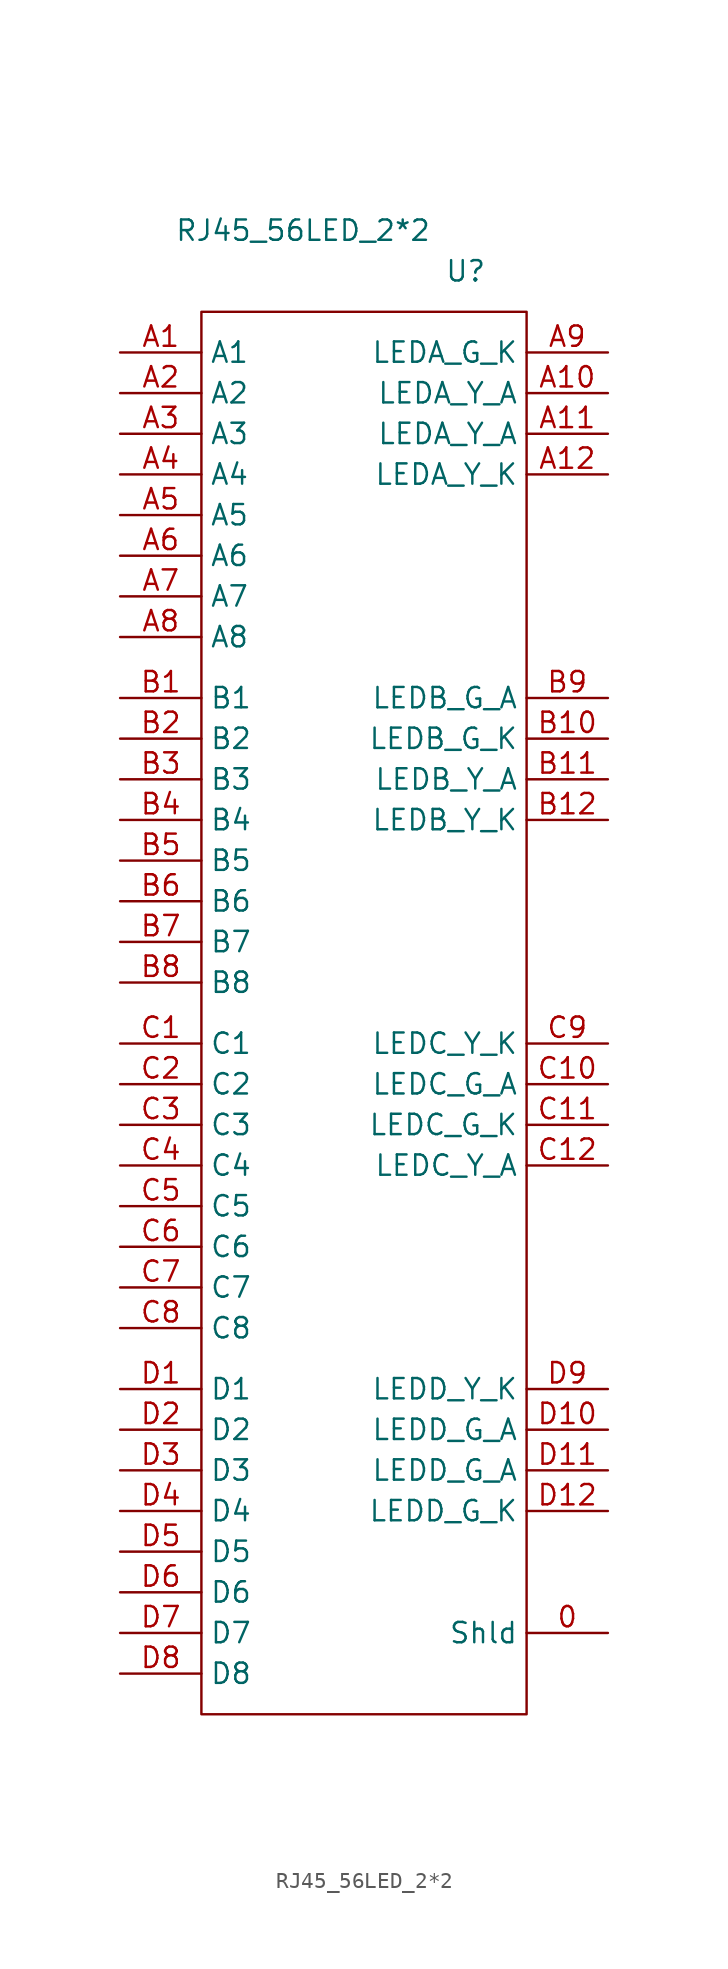
<source format=kicad_sym>
(kicad_symbol_lib
  (version 20211014)
  (generator kicad_symbol_editor)
  (symbol "RJ45_56LED_2*2"
    (property "Reference" "U"
      (at 8.89 2.54 0)
      (effects (font (size 1.27 1.27))))
    (property "Value" "RJ45_56LED_2*2"
      (at -1.27 5.08 0)
      (effects (font (size 1.27 1.27))))
    (symbol "RJ45_56LED_2*2_0_1"
      (rectangle (start -7.62 0) (end 12.7 -87.63) (stroke (width 0.152) (type default) (color 0 0 0 0)) (fill (type none))))
    (symbol "RJ45_56LED_2*2_1_1"
      (pin bidirectional line (at 17.78 -82.55 180) (length 5.08) (name "Shld" (effects (font (size 1.27 1.27)))) (number "0" (effects (font (size 1.27 1.27)))))
      (pin bidirectional line (at -12.7 -2.54 0) (length 5.08) (name "A1" (effects (font (size 1.27 1.27)))) (number "A1" (effects (font (size 1.27 1.27)))))
      (pin bidirectional line (at 17.78 -5.08 180) (length 5.08) (name "LEDA_Y_A" (effects (font (size 1.27 1.27)))) (number "A10" (effects (font (size 1.27 1.27)))))
      (pin bidirectional line (at 17.78 -7.62 180) (length 5.08) (name "LEDA_Y_A" (effects (font (size 1.27 1.27)))) (number "A11" (effects (font (size 1.27 1.27)))))
      (pin bidirectional line (at 17.78 -10.16 180) (length 5.08) (name "LEDA_Y_K" (effects (font (size 1.27 1.27)))) (number "A12" (effects (font (size 1.27 1.27)))))
      (pin bidirectional line (at -12.7 -5.08 0) (length 5.08) (name "A2" (effects (font (size 1.27 1.27)))) (number "A2" (effects (font (size 1.27 1.27)))))
      (pin bidirectional line (at -12.7 -7.62 0) (length 5.08) (name "A3" (effects (font (size 1.27 1.27)))) (number "A3" (effects (font (size 1.27 1.27)))))
      (pin bidirectional line (at -12.7 -10.16 0) (length 5.08) (name "A4" (effects (font (size 1.27 1.27)))) (number "A4" (effects (font (size 1.27 1.27)))))
      (pin bidirectional line (at -12.7 -12.7 0) (length 5.08) (name "A5" (effects (font (size 1.27 1.27)))) (number "A5" (effects (font (size 1.27 1.27)))))
      (pin bidirectional line (at -12.7 -15.24 0) (length 5.08) (name "A6" (effects (font (size 1.27 1.27)))) (number "A6" (effects (font (size 1.27 1.27)))))
      (pin bidirectional line (at -12.7 -17.78 0) (length 5.08) (name "A7" (effects (font (size 1.27 1.27)))) (number "A7" (effects (font (size 1.27 1.27)))))
      (pin bidirectional line (at -12.7 -20.32 0) (length 5.08) (name "A8" (effects (font (size 1.27 1.27)))) (number "A8" (effects (font (size 1.27 1.27)))))
      (pin bidirectional line (at 17.78 -2.54 180) (length 5.08) (name "LEDA_G_K" (effects (font (size 1.27 1.27)))) (number "A9" (effects (font (size 1.27 1.27)))))
      (pin bidirectional line (at -12.7 -24.13 0) (length 5.08) (name "B1" (effects (font (size 1.27 1.27)))) (number "B1" (effects (font (size 1.27 1.27)))))
      (pin bidirectional line (at 17.78 -26.67 180) (length 5.08) (name "LEDB_G_K" (effects (font (size 1.27 1.27)))) (number "B10" (effects (font (size 1.27 1.27)))))
      (pin bidirectional line (at 17.78 -29.21 180) (length 5.08) (name "LEDB_Y_A" (effects (font (size 1.27 1.27)))) (number "B11" (effects (font (size 1.27 1.27)))))
      (pin bidirectional line (at 17.78 -31.75 180) (length 5.08) (name "LEDB_Y_K" (effects (font (size 1.27 1.27)))) (number "B12" (effects (font (size 1.27 1.27)))))
      (pin bidirectional line (at -12.7 -26.67 0) (length 5.08) (name "B2" (effects (font (size 1.27 1.27)))) (number "B2" (effects (font (size 1.27 1.27)))))
      (pin bidirectional line (at -12.7 -29.21 0) (length 5.08) (name "B3" (effects (font (size 1.27 1.27)))) (number "B3" (effects (font (size 1.27 1.27)))))
      (pin bidirectional line (at -12.7 -31.75 0) (length 5.08) (name "B4" (effects (font (size 1.27 1.27)))) (number "B4" (effects (font (size 1.27 1.27)))))
      (pin bidirectional line (at -12.7 -34.29 0) (length 5.08) (name "B5" (effects (font (size 1.27 1.27)))) (number "B5" (effects (font (size 1.27 1.27)))))
      (pin bidirectional line (at -12.7 -36.83 0) (length 5.08) (name "B6" (effects (font (size 1.27 1.27)))) (number "B6" (effects (font (size 1.27 1.27)))))
      (pin bidirectional line (at -12.7 -39.37 0) (length 5.08) (name "B7" (effects (font (size 1.27 1.27)))) (number "B7" (effects (font (size 1.27 1.27)))))
      (pin bidirectional line (at -12.7 -41.91 0) (length 5.08) (name "B8" (effects (font (size 1.27 1.27)))) (number "B8" (effects (font (size 1.27 1.27)))))
      (pin bidirectional line (at 17.78 -24.13 180) (length 5.08) (name "LEDB_G_A" (effects (font (size 1.27 1.27)))) (number "B9" (effects (font (size 1.27 1.27)))))
      (pin bidirectional line (at -12.7 -45.72 0) (length 5.08) (name "C1" (effects (font (size 1.27 1.27)))) (number "C1" (effects (font (size 1.27 1.27)))))
      (pin bidirectional line (at 17.78 -48.26 180) (length 5.08) (name "LEDC_G_A" (effects (font (size 1.27 1.27)))) (number "C10" (effects (font (size 1.27 1.27)))))
      (pin bidirectional line (at 17.78 -50.8 180) (length 5.08) (name "LEDC_G_K" (effects (font (size 1.27 1.27)))) (number "C11" (effects (font (size 1.27 1.27)))))
      (pin bidirectional line (at 17.78 -53.34 180) (length 5.08) (name "LEDC_Y_A" (effects (font (size 1.27 1.27)))) (number "C12" (effects (font (size 1.27 1.27)))))
      (pin bidirectional line (at -12.7 -48.26 0) (length 5.08) (name "C2" (effects (font (size 1.27 1.27)))) (number "C2" (effects (font (size 1.27 1.27)))))
      (pin bidirectional line (at -12.7 -50.8 0) (length 5.08) (name "C3" (effects (font (size 1.27 1.27)))) (number "C3" (effects (font (size 1.27 1.27)))))
      (pin bidirectional line (at -12.7 -53.34 0) (length 5.08) (name "C4" (effects (font (size 1.27 1.27)))) (number "C4" (effects (font (size 1.27 1.27)))))
      (pin bidirectional line (at -12.7 -55.88 0) (length 5.08) (name "C5" (effects (font (size 1.27 1.27)))) (number "C5" (effects (font (size 1.27 1.27)))))
      (pin bidirectional line (at -12.7 -58.42 0) (length 5.08) (name "C6" (effects (font (size 1.27 1.27)))) (number "C6" (effects (font (size 1.27 1.27)))))
      (pin bidirectional line (at -12.7 -60.96 0) (length 5.08) (name "C7" (effects (font (size 1.27 1.27)))) (number "C7" (effects (font (size 1.27 1.27)))))
      (pin bidirectional line (at -12.7 -63.5 0) (length 5.08) (name "C8" (effects (font (size 1.27 1.27)))) (number "C8" (effects (font (size 1.27 1.27)))))
      (pin bidirectional line (at 17.78 -45.72 180) (length 5.08) (name "LEDC_Y_K" (effects (font (size 1.27 1.27)))) (number "C9" (effects (font (size 1.27 1.27)))))
      (pin bidirectional line (at -12.7 -67.31 0) (length 5.08) (name "D1" (effects (font (size 1.27 1.27)))) (number "D1" (effects (font (size 1.27 1.27)))))
      (pin bidirectional line (at 17.78 -69.85 180) (length 5.08) (name "LEDD_G_A" (effects (font (size 1.27 1.27)))) (number "D10" (effects (font (size 1.27 1.27)))))
      (pin bidirectional line (at 17.78 -72.39 180) (length 5.08) (name "LEDD_G_A" (effects (font (size 1.27 1.27)))) (number "D11" (effects (font (size 1.27 1.27)))))
      (pin bidirectional line (at 17.78 -74.93 180) (length 5.08) (name "LEDD_G_K" (effects (font (size 1.27 1.27)))) (number "D12" (effects (font (size 1.27 1.27)))))
      (pin bidirectional line (at -12.7 -69.85 0) (length 5.08) (name "D2" (effects (font (size 1.27 1.27)))) (number "D2" (effects (font (size 1.27 1.27)))))
      (pin bidirectional line (at -12.7 -72.39 0) (length 5.08) (name "D3" (effects (font (size 1.27 1.27)))) (number "D3" (effects (font (size 1.27 1.27)))))
      (pin bidirectional line (at -12.7 -74.93 0) (length 5.08) (name "D4" (effects (font (size 1.27 1.27)))) (number "D4" (effects (font (size 1.27 1.27)))))
      (pin bidirectional line (at -12.7 -77.47 0) (length 5.08) (name "D5" (effects (font (size 1.27 1.27)))) (number "D5" (effects (font (size 1.27 1.27)))))
      (pin bidirectional line (at -12.7 -80.01 0) (length 5.08) (name "D6" (effects (font (size 1.27 1.27)))) (number "D6" (effects (font (size 1.27 1.27)))))
      (pin bidirectional line (at -12.7 -82.55 0) (length 5.08) (name "D7" (effects (font (size 1.27 1.27)))) (number "D7" (effects (font (size 1.27 1.27)))))
      (pin bidirectional line (at -12.7 -85.09 0) (length 5.08) (name "D8" (effects (font (size 1.27 1.27)))) (number "D8" (effects (font (size 1.27 1.27)))))
      (pin bidirectional line (at 17.78 -67.31 180) (length 5.08) (name "LEDD_Y_K" (effects (font (size 1.27 1.27)))) (number "D9" (effects (font (size 1.27 1.27))))))))
</source>
